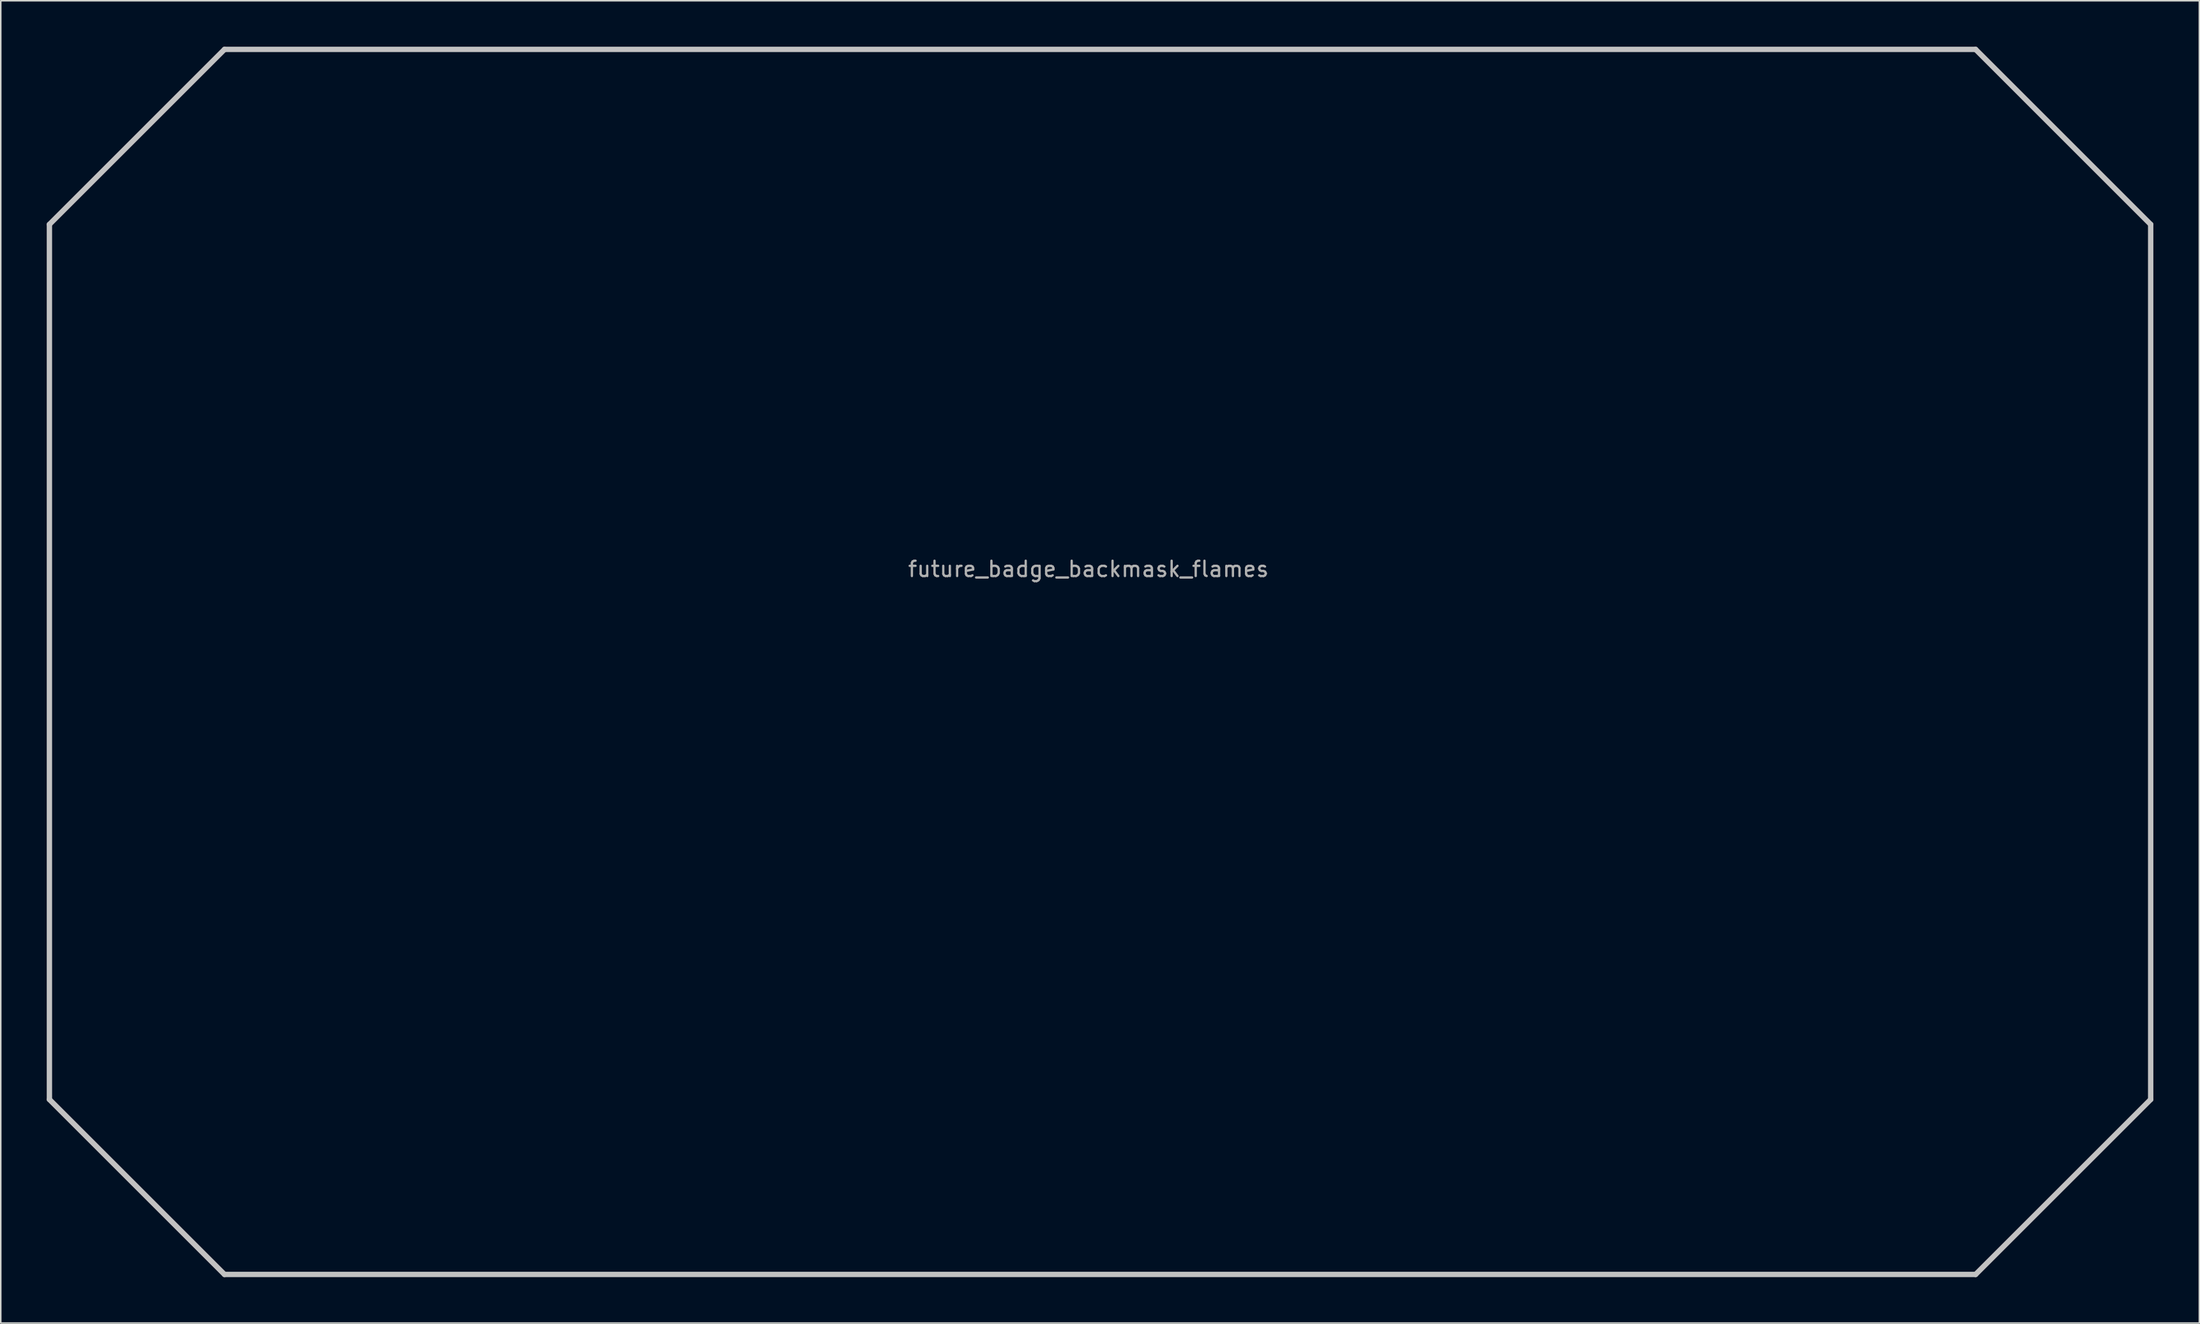
<source format=kicad_pcb>
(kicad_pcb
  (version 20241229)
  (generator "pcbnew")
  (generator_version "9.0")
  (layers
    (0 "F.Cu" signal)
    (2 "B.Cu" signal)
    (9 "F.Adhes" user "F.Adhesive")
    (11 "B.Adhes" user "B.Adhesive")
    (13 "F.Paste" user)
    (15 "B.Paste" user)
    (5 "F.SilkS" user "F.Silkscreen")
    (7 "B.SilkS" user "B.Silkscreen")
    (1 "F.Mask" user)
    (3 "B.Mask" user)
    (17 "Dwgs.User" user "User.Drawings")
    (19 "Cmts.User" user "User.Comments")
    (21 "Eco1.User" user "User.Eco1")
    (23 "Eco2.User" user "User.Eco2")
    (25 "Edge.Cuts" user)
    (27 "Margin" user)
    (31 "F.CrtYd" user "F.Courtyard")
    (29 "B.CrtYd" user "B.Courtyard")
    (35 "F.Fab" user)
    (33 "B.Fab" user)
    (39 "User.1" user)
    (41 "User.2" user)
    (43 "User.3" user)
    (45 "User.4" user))
  (footprint "future_badge_backmask_flames"
    (layer "F.Cu")
    (at 67.99 34.611)
    (property "Reference" "future_badge_backmask_flames" (at 0 -0.5 0) (unlocked yes) (layer "F.Fab") (effects (font (size 1 1) (thickness 0.15))))
    (fp_poly (pts (xy -57.18 24.66) (xy -56.23 27.14) (xy -48.77 26.77) (xy -42.45 26.72) (xy -40.43 27.37) (xy -37.8 27.45) (xy -35.41 27.07) (xy -34.44 27.54) (xy -33.48 28.99) (xy -34.53 29.58) (xy -35.76 30.17) (xy -35.75 30.64) (xy -34.72 30.85) (xy -33.23 32.03) (xy -31.53 32.78) (xy -29.4 33.42) (xy -26.79 33.79) (xy -26.76 32.87) (xy -27.82 31.4) (xy -29.15 30.01) (xy -28.8 28.29) (xy -27.16 29.54) (xy -25.01 31.49) (xy -23.92 31.82) (xy -23.04 30.23) (xy -20.15 30.42) (xy -18.34 30.17) (xy -18.03 29.06) (xy -16.71 28.4) (xy -16.03 26.72) (xy -15.05 26.21) (xy -13.26 26.08) (xy -12.11 26.53) (xy -11.07 27.23) (xy -9.65 27.69) (xy -8.21 28.45) (xy -6.07 28.69) (xy -3.21 28.57) (xy 5.29 27.1) (xy 6.26 26) (xy 7.86 25.57) (xy 8.48 26.42) (xy 10.82 26.87) (xy 12.08 25.09) (xy 15.24 25.38) (xy 18.33 25.28) (xy 20.08 24.68) (xy 21.43 25.1) (xy 22.97 25.09) (xy 24.39 25.41) (xy 25.1 26.15) (xy 25.49 26.71) (xy 25.7 27.23) (xy 25.76 27.86) (xy 25.35 28.41) (xy 23.81 29.24) (xy 22.47 29.91) (xy 20.68 30.64) (xy 18.64 31.27) (xy 16.82 32.18) (xy 15.51 32.67) (xy 13.17 33.03) (xy 10.73 33.92) (xy 9.38 34.45) (xy 7.45 34.86) (xy 5.38 35.59) (xy 3.25 36.74) (xy 0.8 37.3) (xy -2.39 37.58) (xy -4.24 38.09) (xy -5.81 39.06) (xy -7.98 39.76) (xy -10.69 40.15) (xy -13.48 40.44) (xy -18.88 41.8) (xy -22.34 42.33) (xy -31.18 43.06) (xy -34.34 42.9) (xy -38.61 42.11) (xy -41.96 39.68) (xy -43.52 38.81) (xy -44.6 37.88) (xy -44.85 36.32) (xy -45.44 34.96) (xy -46.26 33.86) (xy -47.82 33.79) (xy -52.12 34.87) (xy -54.13 35.34) (xy -57.12 36.14) (xy -59.3 36.72) (xy -60.19 36.59) (xy -60.76 36.34) (xy -61.26 35.89) (xy -61.46 34.1) (xy -61.07 32.25) (xy -59.8 30.8) (xy -60 28.29) (xy -59.08 27.63) (xy -58.08 27.37) (xy -58.74 25.28) (xy -59.5 23.24)) (stroke (width 0.1) (type solid)) (fill yes) (layer "B.Mask"))
    (fp_line (start -67.815 -23.007) (end -67.815 34.136) (stroke (width 0.35) (type solid)) (layer "Dwgs.User"))
    (fp_line (start -67.815 34.136) (end -56.387 45.564) (stroke (width 0.35) (type solid)) (layer "Dwgs.User"))
    (fp_line (start -56.387 -34.436) (end -67.815 -23.007) (stroke (width 0.35) (type solid)) (layer "Dwgs.User"))
    (fp_line (start -56.387 45.564) (end 57.899 45.564) (stroke (width 0.35) (type solid)) (layer "Dwgs.User"))
    (fp_line (start 57.899 -34.436) (end -56.387 -34.436) (stroke (width 0.35) (type solid)) (layer "Dwgs.User"))
    (fp_line (start 57.899 45.564) (end 69.327 34.136) (stroke (width 0.35) (type solid)) (layer "Dwgs.User"))
    (fp_line (start 69.327 -23.007) (end 57.899 -34.436) (stroke (width 0.35) (type solid)) (layer "Dwgs.User"))
    (fp_line (start 69.327 34.136) (end 69.327 -23.007) (stroke (width 0.35) (type solid)) (layer "Dwgs.User")))
  (gr_rect
    (start -3 -3)
    (end 140.493 83.35)
    (stroke (width 0.1) (type default))
    (fill no)
    (layer "Edge.Cuts")))
</source>
